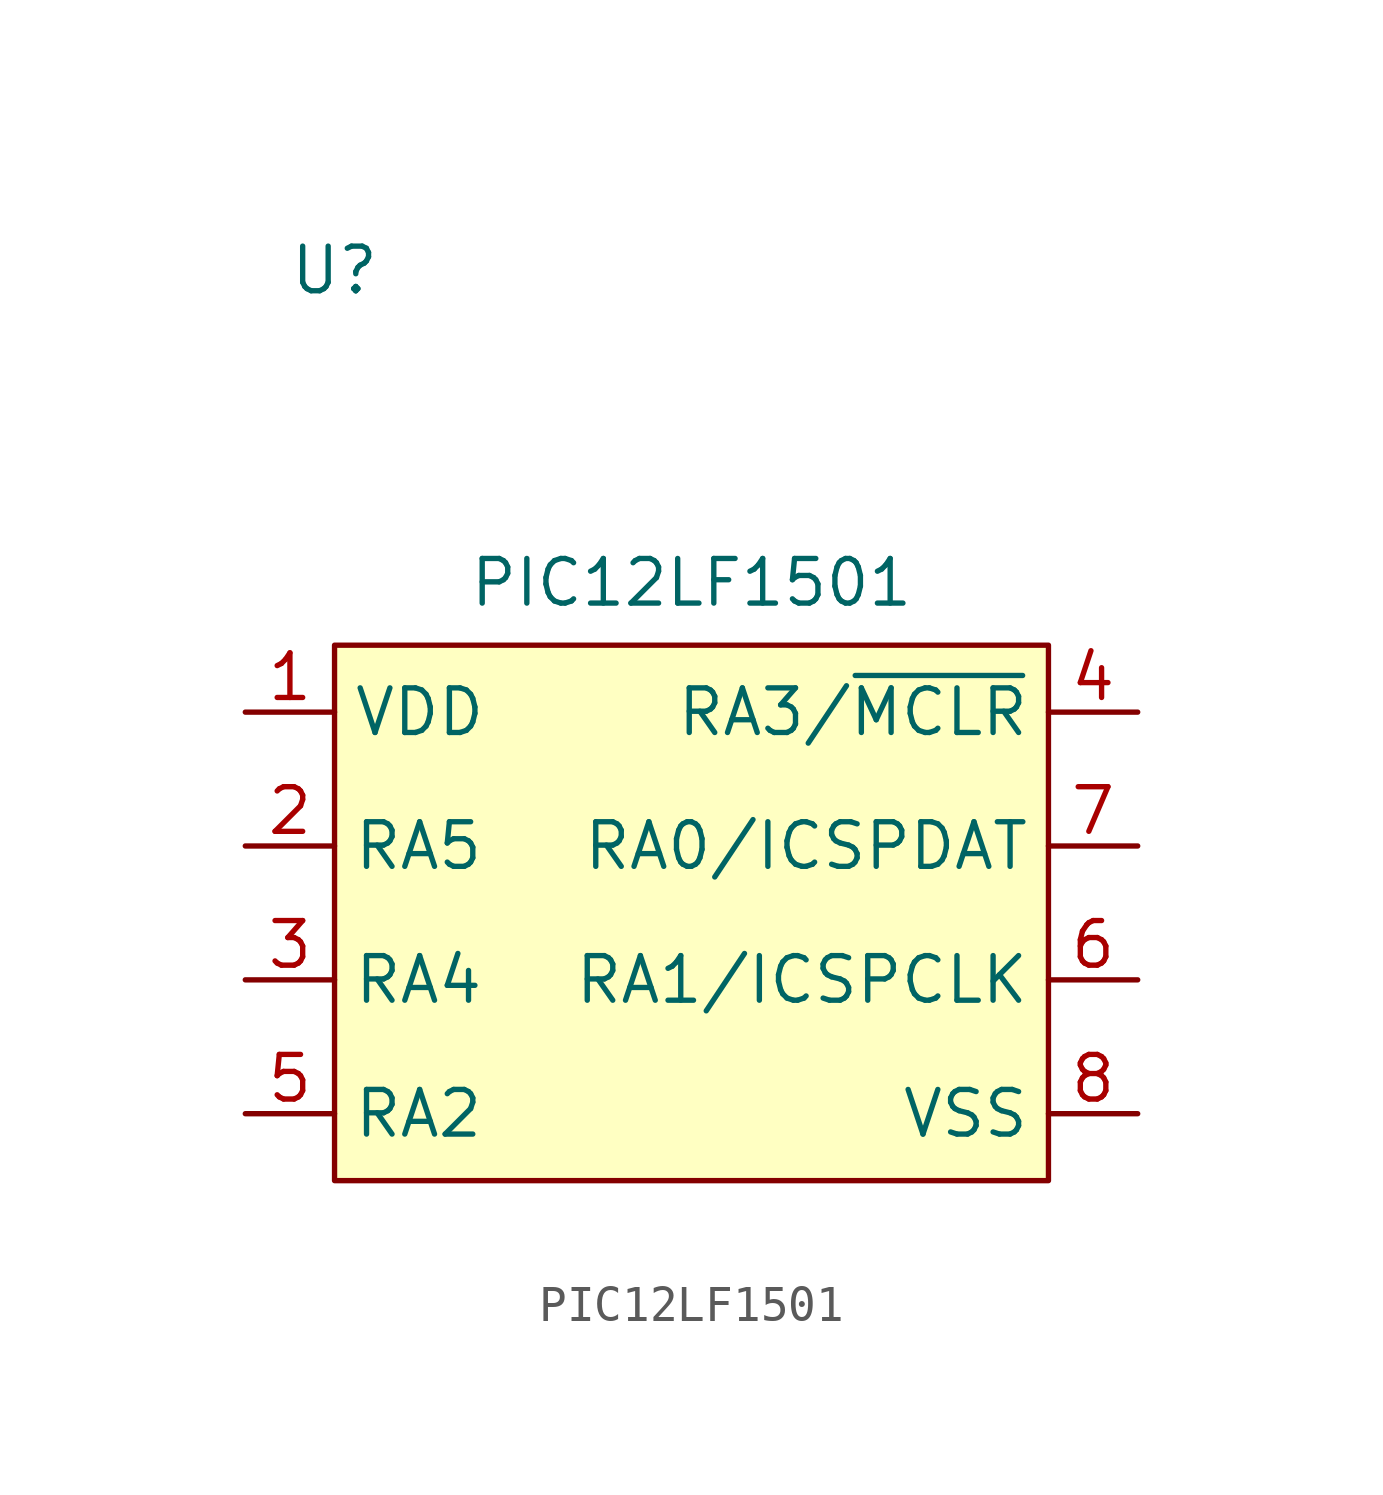
<source format=kicad_sym>
(kicad_symbol_lib
  (version 20211014)
  (generator kicad_symbol_editor)
  (symbol "PIC12LF1501"
    (property "Reference" "U"
      (at 0 10.668 0)
      (effects (font (size 1.27 1.27))))
    (property "Value" "PIC12LF1501"
      (at 10.16 1.778 0)
      (effects (font (size 1.27 1.27))))
    (symbol "PIC12LF1501_0_1"
      (rectangle (start 0 0) (end 20.32 -15.24) (stroke (width 0) (type default) (color 0 0 0 0)) (fill (type background))))
    (symbol "PIC12LF1501_1_1"
      (pin power_in line (at -2.54 -1.905 0) (length 2.54) (name "VDD" (effects (font (size 1.27 1.27)))) (number "1" (effects (font (size 1.27 1.27)))))
      (pin tri_state line (at -2.54 -5.715 0) (length 2.54) (name "RA5" (effects (font (size 1.27 1.27)))) (number "2" (effects (font (size 1.27 1.27)))))
      (pin tri_state line (at -2.54 -9.525 0) (length 2.54) (name "RA4" (effects (font (size 1.27 1.27)))) (number "3" (effects (font (size 1.27 1.27)))))
      (pin tri_state line (at 22.86 -1.905 180) (length 2.54) (name "RA3/~{MCLR}" (effects (font (size 1.27 1.27)))) (number "4" (effects (font (size 1.27 1.27)))))
      (pin tri_state line (at -2.54 -13.335 0) (length 2.54) (name "RA2" (effects (font (size 1.27 1.27)))) (number "5" (effects (font (size 1.27 1.27)))))
      (pin tri_state line (at 22.86 -9.525 180) (length 2.54) (name "RA1/ICSPCLK" (effects (font (size 1.27 1.27)))) (number "6" (effects (font (size 1.27 1.27)))))
      (pin tri_state line (at 22.86 -5.715 180) (length 2.54) (name "RA0/ICSPDAT" (effects (font (size 1.27 1.27)))) (number "7" (effects (font (size 1.27 1.27)))))
      (pin power_in line (at 22.86 -13.335 180) (length 2.54) (name "VSS" (effects (font (size 1.27 1.27)))) (number "8" (effects (font (size 1.27 1.27))))))))
</source>
